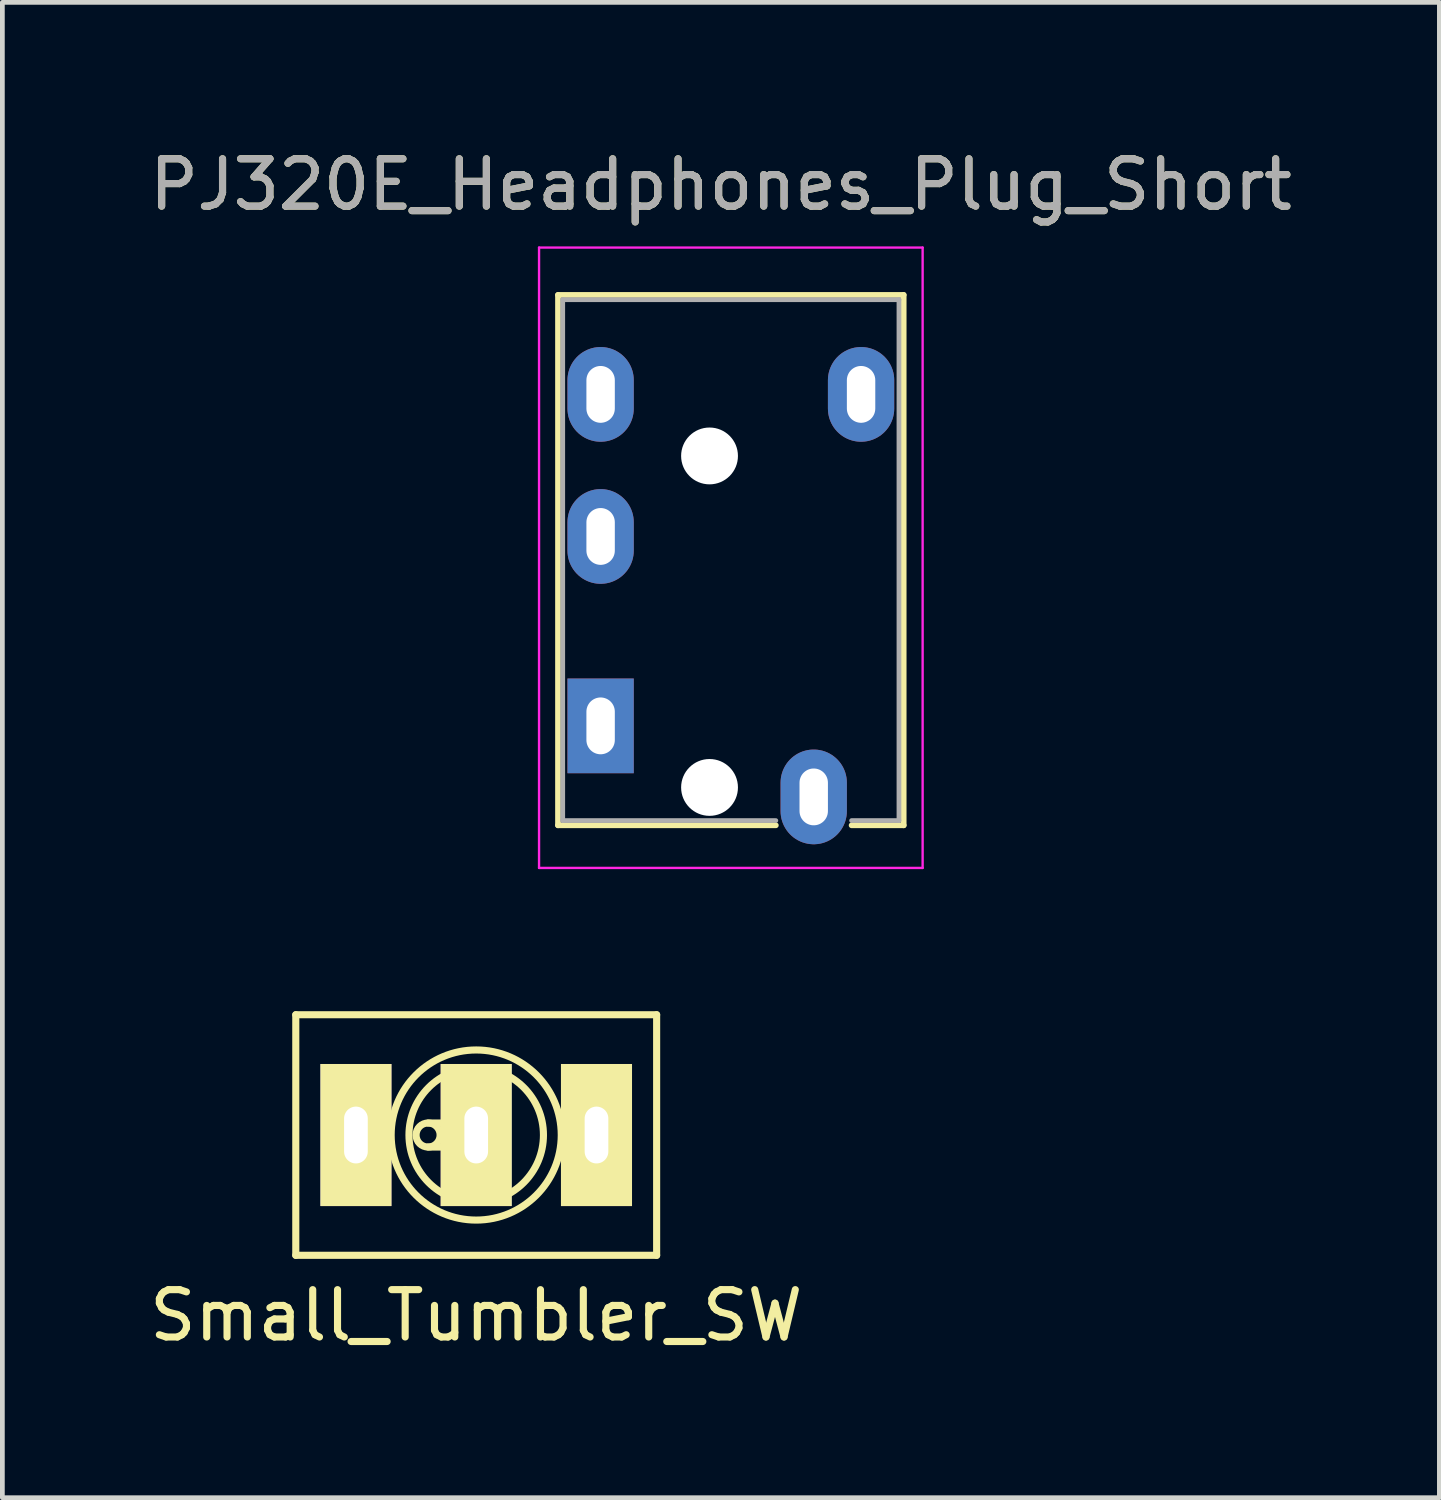
<source format=kicad_pcb>
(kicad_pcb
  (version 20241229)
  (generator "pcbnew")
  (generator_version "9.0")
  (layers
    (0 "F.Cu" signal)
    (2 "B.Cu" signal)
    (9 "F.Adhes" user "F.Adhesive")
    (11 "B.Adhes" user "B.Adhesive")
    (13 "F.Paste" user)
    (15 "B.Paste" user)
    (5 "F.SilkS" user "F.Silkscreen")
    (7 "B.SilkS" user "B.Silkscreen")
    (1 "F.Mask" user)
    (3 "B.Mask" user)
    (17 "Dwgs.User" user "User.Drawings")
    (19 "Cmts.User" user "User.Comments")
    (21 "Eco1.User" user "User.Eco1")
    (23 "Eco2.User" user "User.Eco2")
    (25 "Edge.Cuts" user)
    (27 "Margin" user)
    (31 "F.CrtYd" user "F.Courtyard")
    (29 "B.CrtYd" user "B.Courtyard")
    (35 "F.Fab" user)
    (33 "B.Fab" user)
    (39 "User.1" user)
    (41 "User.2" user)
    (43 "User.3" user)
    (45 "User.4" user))
  (footprint "PJ320E_Headphones_Plug_Short"
    (layer "F.Cu")
    (at 9.633 12.278)
    (property "Reference" "PJ320E_Headphones_Plug_Short" (at 2.54 -11.43 0) (layer "F.SilkS") (effects (font (size 1 1) (thickness 0.15))))
    (attr through_hole)
    (fp_line (start -0.9 -9.1) (end -0.9 2.1) (stroke (width 0.12) (type solid)) (layer "F.SilkS"))
    (fp_line (start -0.9 -9.1) (end 6.4 -9.1) (stroke (width 0.12) (type solid)) (layer "F.SilkS"))
    (fp_line (start -0.9 2.1) (end 3.7 2.1) (stroke (width 0.12) (type solid)) (layer "F.SilkS"))
    (fp_line (start 6.4 -9.1) (end 6.4 2.1) (stroke (width 0.12) (type solid)) (layer "F.SilkS"))
    (fp_line (start 6.4 2.1) (end 5.3 2.1) (stroke (width 0.12) (type solid)) (layer "F.SilkS"))
    (fp_line (start -1.3 -10.1) (end -1.3 3) (stroke (width 0.05) (type solid)) (layer "F.CrtYd"))
    (fp_line (start -1.3 -10.1) (end 6.8 -10.1) (stroke (width 0.05) (type solid)) (layer "F.CrtYd"))
    (fp_line (start -1.3 3) (end 6.8 3) (stroke (width 0.05) (type solid)) (layer "F.CrtYd"))
    (fp_line (start 6.8 -10.1) (end 6.8 3) (stroke (width 0.05) (type solid)) (layer "F.CrtYd"))
    (fp_line (start -0.8 -9) (end 6.3 -9) (stroke (width 0.1) (type solid)) (layer "F.Fab"))
    (fp_line (start -0.8 2) (end -0.8 -9) (stroke (width 0.1) (type solid)) (layer "F.Fab"))
    (fp_line (start 3.7 2) (end -0.8 2) (stroke (width 0.1) (type solid)) (layer "F.Fab"))
    (fp_line (start 6.3 -9) (end 6.3 2) (stroke (width 0.1) (type solid)) (layer "F.Fab"))
    (fp_line (start 6.3 2) (end 5.3 2) (stroke (width 0.1) (type solid)) (layer "F.Fab"))
    (fp_text user "${REFERENCE}" (at 2.54 -11.43 0) (layer "F.Fab") (effects (font (size 1 1) (thickness 0.15))))
    (pad "" np_thru_hole circle (at 2.3 -5.7 270) (size 1.2 1.2) (drill 1.2) (layers "*.Cu" "*.Mask"))
    (pad "" np_thru_hole circle (at 2.3 1.3 270) (size 1.2 1.2) (drill 1.2) (layers "*.Cu" "*.Mask"))
    (pad "1" thru_hole rect (at 0 0 270) (size 2 1.4) (drill oval 1.2 0.6) (layers "*.Cu" "*.Mask"))
    (pad "2" thru_hole oval (at 0 -4 270) (size 2 1.4) (drill oval 1.2 0.6) (layers "*.Cu" "*.Mask"))
    (pad "3" thru_hole oval (at 0 -7 270) (size 2 1.4) (drill oval 1.2 0.6) (layers "*.Cu" "*.Mask"))
    (pad "4" thru_hole oval (at 4.5 1.5 270) (size 2 1.4) (drill oval 1.2 0.6) (layers "*.Cu" "*.Mask"))
    (pad "5" thru_hole oval (at 5.5 -7 270) (size 2 1.4) (drill oval 1.2 0.6) (layers "*.Cu" "*.Mask")))
  (footprint "Small_Tumbler_SW"
    (layer "F.Cu")
    (at 7.006 20.918)
    (property "Reference" "Small_Tumbler_SW" (at 0 3.81 0) (layer "F.SilkS") (effects (font (size 1 1) (thickness 0.15))))
    (attr through_hole)
    (fp_line (start -3.81 -2.54) (end -3.81 2.54) (stroke (width 0.15) (type solid)) (layer "F.SilkS"))
    (fp_line (start -3.81 2.54) (end 3.81 2.54) (stroke (width 0.15) (type solid)) (layer "F.SilkS"))
    (fp_line (start -1.016 0.254) (end 0 0.254) (stroke (width 0.15) (type solid)) (layer "F.SilkS"))
    (fp_line (start 0 -0.254) (end -1.016 -0.254) (stroke (width 0.15) (type solid)) (layer "F.SilkS"))
    (fp_line (start 3.81 -2.54) (end -3.81 -2.54) (stroke (width 0.15) (type solid)) (layer "F.SilkS"))
    (fp_line (start 3.81 2.54) (end 3.81 -2.54) (stroke (width 0.15) (type solid)) (layer "F.SilkS"))
    (fp_arc (start 0 -0.254) (mid 0.179605 -0.179605) (end 0.254 0) (stroke (width 0.15) (type solid)) (layer "F.SilkS"))
    (fp_arc (start 0.254 0) (mid 0.179605 0.179605) (end 0 0.254) (stroke (width 0.15) (type solid)) (layer "F.SilkS"))
    (fp_circle (center -1.016 0) (end -1.016 -0.254) (stroke (width 0.15) (type solid)) (fill no) (layer "F.SilkS"))
    (fp_circle (center 0 0) (end 1.27 -1.27) (stroke (width 0.15) (type solid)) (fill no) (layer "F.SilkS"))
    (fp_circle (center 0 0) (end 1.27 -0.635) (stroke (width 0.15) (type solid)) (fill no) (layer "F.SilkS"))
    (pad "1" thru_hole rect (at -2.54 0) (size 1.5 3) (drill oval 0.5 1.2) (layers "*.Cu" "*.Mask" "F.SilkS"))
    (pad "2" thru_hole rect (at 0 0) (size 1.5 3) (drill oval 0.5 1.2) (layers "*.Cu" "*.Mask" "F.SilkS"))
    (pad "3" thru_hole rect (at 2.54 0) (size 1.5 3) (drill oval 0.5 1.2) (layers "*.Cu" "*.Mask" "F.SilkS")))
  (gr_rect
    (start -3 -3)
    (end 27.345 28.576)
    (stroke (width 0.1) (type default))
    (fill no)
    (layer "Edge.Cuts")))
</source>
